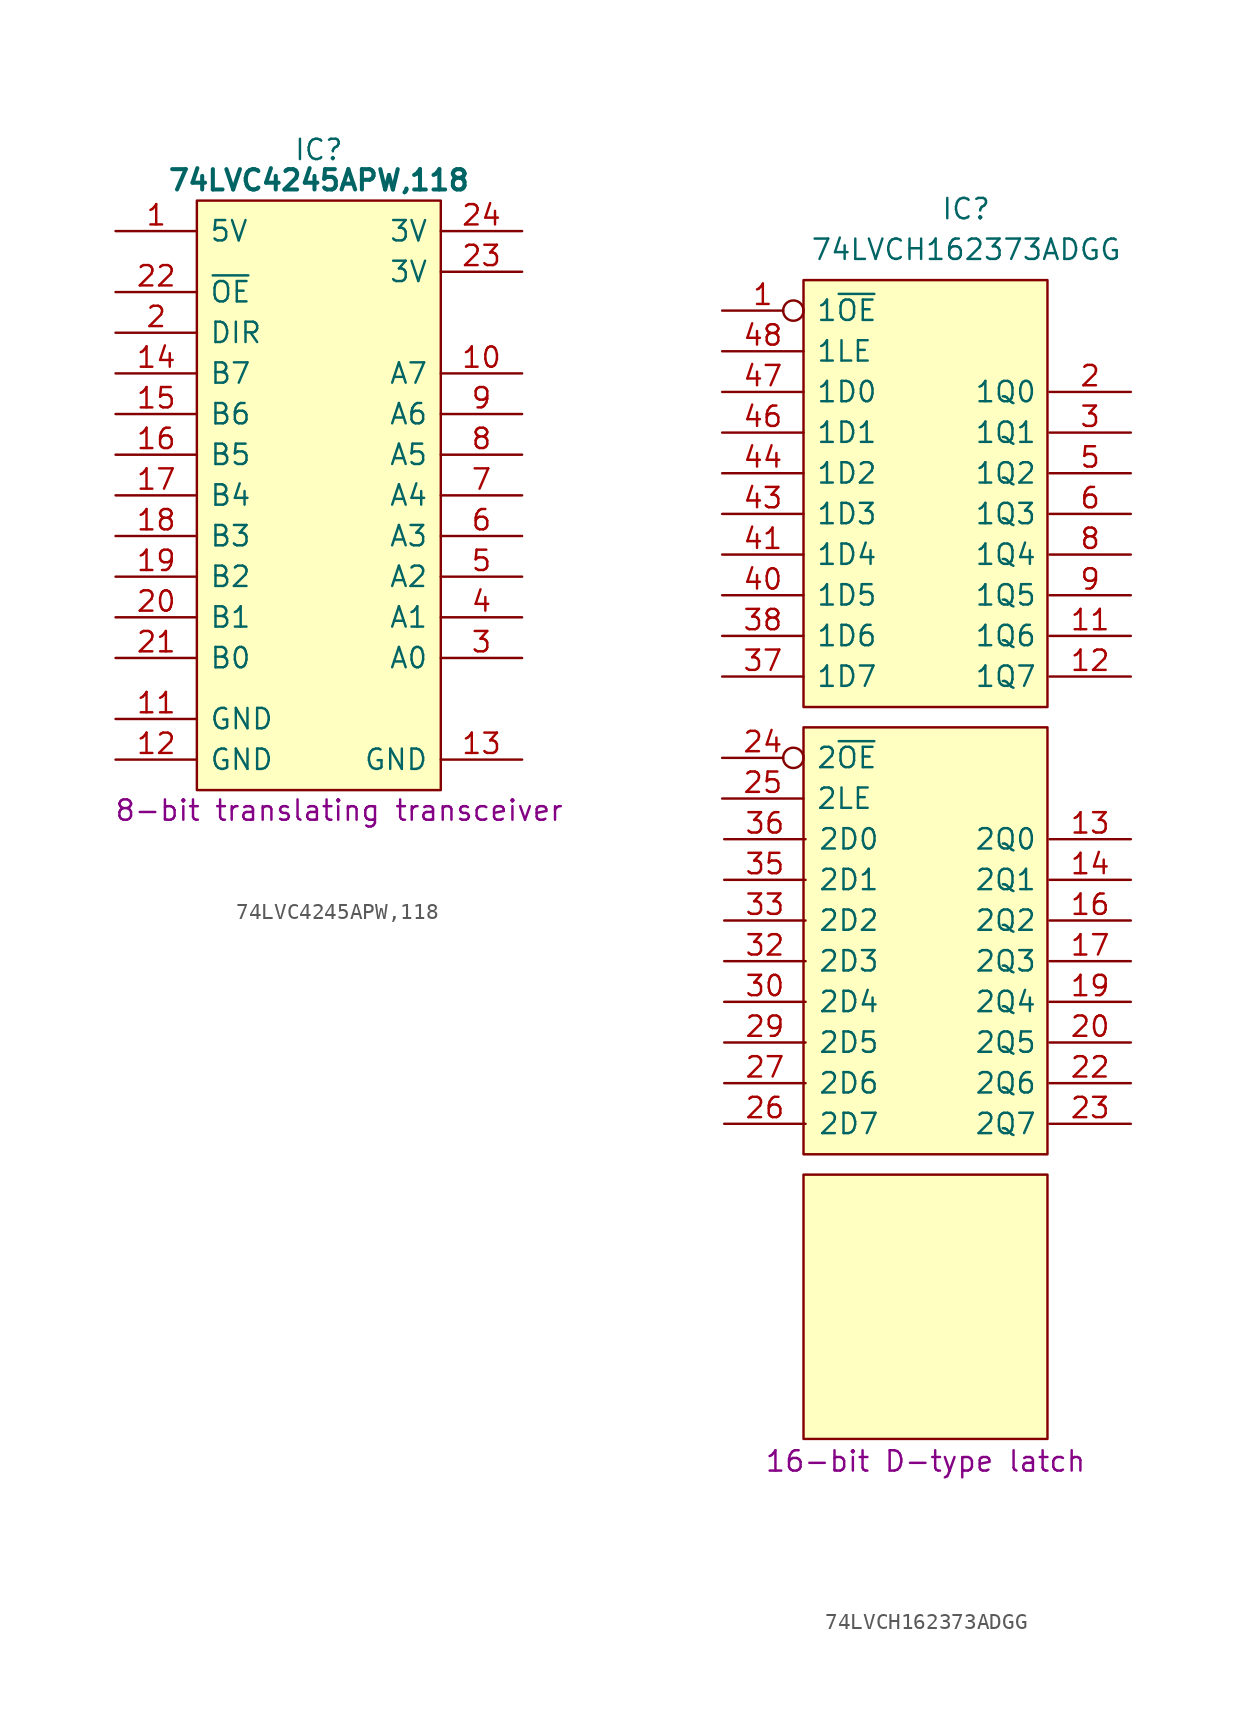
<source format=kicad_sym>
(kicad_symbol_lib
  (version 20231120)
  (generator "kicad_symbol_editor")
  (generator_version "8.0")
  (symbol "74LVC4245APW,118"
    (pin_names
      (offset 0.762))
    (property "Reference" "IC"
      (at 12.7 5.08 0)
      (effects (font (size 1.27 1.27))))
    (property "Value" "74LVC4245APW,118"
      (at 12.7 3.175 0)
      (effects (font (size 1.27 1.27) (bold yes))))
    (property "Description" "8-bit translating transceiver"
      (at 13.97 -36.195 0)
      (effects (font (size 1.27 1.27))))
    (symbol "74LVC4245APW,118_0_0"
      (pin passive line (at 0 0 0) (length 5.08) (name "5V" (effects (font (size 1.27 1.27)))) (number "1" (effects (font (size 1.27 1.27)))))
      (pin bidirectional line (at 25.4 -8.89 180) (length 5.08) (name "A7" (effects (font (size 1.27 1.27)))) (number "10" (effects (font (size 1.27 1.27)))))
      (pin passive line (at 0 -30.48 0) (length 5.08) (name "GND" (effects (font (size 1.27 1.27)))) (number "11" (effects (font (size 1.27 1.27)))))
      (pin passive line (at 0 -33.02 0) (length 5.08) (name "GND" (effects (font (size 1.27 1.27)))) (number "12" (effects (font (size 1.27 1.27)))))
      (pin passive line (at 25.4 -33.02 180) (length 5.08) (name "GND" (effects (font (size 1.27 1.27)))) (number "13" (effects (font (size 1.27 1.27)))))
      (pin bidirectional line (at 0 -8.89 0) (length 5.08) (name "B7" (effects (font (size 1.27 1.27)))) (number "14" (effects (font (size 1.27 1.27)))))
      (pin bidirectional line (at 0 -11.43 0) (length 5.08) (name "B6" (effects (font (size 1.27 1.27)))) (number "15" (effects (font (size 1.27 1.27)))))
      (pin bidirectional line (at 0 -13.97 0) (length 5.08) (name "B5" (effects (font (size 1.27 1.27)))) (number "16" (effects (font (size 1.27 1.27)))))
      (pin bidirectional line (at 0 -16.51 0) (length 5.08) (name "B4" (effects (font (size 1.27 1.27)))) (number "17" (effects (font (size 1.27 1.27)))))
      (pin bidirectional line (at 0 -19.05 0) (length 5.08) (name "B3" (effects (font (size 1.27 1.27)))) (number "18" (effects (font (size 1.27 1.27)))))
      (pin bidirectional line (at 0 -21.59 0) (length 5.08) (name "B2" (effects (font (size 1.27 1.27)))) (number "19" (effects (font (size 1.27 1.27)))))
      (pin input line (at 0 -6.35 0) (length 5.08) (name "DIR" (effects (font (size 1.27 1.27)))) (number "2" (effects (font (size 1.27 1.27)))))
      (pin bidirectional line (at 0 -24.13 0) (length 5.08) (name "B1" (effects (font (size 1.27 1.27)))) (number "20" (effects (font (size 1.27 1.27)))))
      (pin bidirectional line (at 0 -26.67 0) (length 5.08) (name "B0" (effects (font (size 1.27 1.27)))) (number "21" (effects (font (size 1.27 1.27)))))
      (pin input line (at 0 -3.81 0) (length 5.08) (name "~{OE}" (effects (font (size 1.27 1.27)))) (number "22" (effects (font (size 1.27 1.27)))))
      (pin passive line (at 25.4 -2.54 180) (length 5.08) (name "3V" (effects (font (size 1.27 1.27)))) (number "23" (effects (font (size 1.27 1.27)))))
      (pin passive line (at 25.4 0 180) (length 5.08) (name "3V" (effects (font (size 1.27 1.27)))) (number "24" (effects (font (size 1.27 1.27)))))
      (pin bidirectional line (at 25.4 -26.67 180) (length 5.08) (name "A0" (effects (font (size 1.27 1.27)))) (number "3" (effects (font (size 1.27 1.27)))))
      (pin bidirectional line (at 25.4 -24.13 180) (length 5.08) (name "A1" (effects (font (size 1.27 1.27)))) (number "4" (effects (font (size 1.27 1.27)))))
      (pin bidirectional line (at 25.4 -21.59 180) (length 5.08) (name "A2" (effects (font (size 1.27 1.27)))) (number "5" (effects (font (size 1.27 1.27)))))
      (pin bidirectional line (at 25.4 -19.05 180) (length 5.08) (name "A3" (effects (font (size 1.27 1.27)))) (number "6" (effects (font (size 1.27 1.27)))))
      (pin bidirectional line (at 25.4 -16.51 180) (length 5.08) (name "A4" (effects (font (size 1.27 1.27)))) (number "7" (effects (font (size 1.27 1.27)))))
      (pin bidirectional line (at 25.4 -13.97 180) (length 5.08) (name "A5" (effects (font (size 1.27 1.27)))) (number "8" (effects (font (size 1.27 1.27)))))
      (pin bidirectional line (at 25.4 -11.43 180) (length 5.08) (name "A6" (effects (font (size 1.27 1.27)))) (number "9" (effects (font (size 1.27 1.27))))))
    (symbol "74LVC4245APW,118_0_1"
      (polyline (pts (xy 5.08 1.905) (xy 20.32 1.905) (xy 20.32 -34.925) (xy 5.08 -34.925) (xy 5.08 1.905)) (stroke (width 0.152) (type default)) (fill (type background)))))
  (symbol "74LVCH162373ADGG"
    (pin_names
      (offset 0.762))
    (property "Reference" "IC"
      (at 15.24 6.35 0)
      (effects (font (size 1.27 1.27))))
    (property "Value" "74LVCH162373ADGG"
      (at 15.24 3.81 0)
      (effects (font (size 1.27 1.27))))
    (property "Description" "16-bit D-type latch"
      (at 12.7 -71.882 0)
      (effects (font (size 1.27 1.27))))
    (symbol "74LVCH162373ADGG_0_0"
      (pin input inverted (at 0 0 0) (length 5.08) (name "1~{OE}" (effects (font (size 1.27 1.27)))) (number "1" (effects (font (size 1.27 1.27)))))
      (pin output line (at 25.527 -20.32 180) (length 5.08) (name "1Q6" (effects (font (size 1.27 1.27)))) (number "11" (effects (font (size 1.27 1.27)))))
      (pin output line (at 25.527 -22.86 180) (length 5.08) (name "1Q7" (effects (font (size 1.27 1.27)))) (number "12" (effects (font (size 1.27 1.27)))))
      (pin output line (at 25.527 -33.02 180) (length 5.08) (name "2Q0" (effects (font (size 1.27 1.27)))) (number "13" (effects (font (size 1.27 1.27)))))
      (pin output line (at 25.527 -35.56 180) (length 5.08) (name "2Q1" (effects (font (size 1.27 1.27)))) (number "14" (effects (font (size 1.27 1.27)))))
      (pin output line (at 25.527 -38.1 180) (length 5.08) (name "2Q2" (effects (font (size 1.27 1.27)))) (number "16" (effects (font (size 1.27 1.27)))))
      (pin output line (at 25.527 -40.64 180) (length 5.08) (name "2Q3" (effects (font (size 1.27 1.27)))) (number "17" (effects (font (size 1.27 1.27)))))
      (pin output line (at 25.527 -43.18 180) (length 5.08) (name "2Q4" (effects (font (size 1.27 1.27)))) (number "19" (effects (font (size 1.27 1.27)))))
      (pin output line (at 25.527 -5.08 180) (length 5.08) (name "1Q0" (effects (font (size 1.27 1.27)))) (number "2" (effects (font (size 1.27 1.27)))))
      (pin output line (at 25.527 -45.72 180) (length 5.08) (name "2Q5" (effects (font (size 1.27 1.27)))) (number "20" (effects (font (size 1.27 1.27)))))
      (pin output line (at 25.527 -48.26 180) (length 5.08) (name "2Q6" (effects (font (size 1.27 1.27)))) (number "22" (effects (font (size 1.27 1.27)))))
      (pin output line (at 25.527 -50.8 180) (length 5.08) (name "2Q7" (effects (font (size 1.27 1.27)))) (number "23" (effects (font (size 1.27 1.27)))))
      (pin input inverted (at 0 -27.94 0) (length 5.08) (name "2~{OE}" (effects (font (size 1.27 1.27)))) (number "24" (effects (font (size 1.27 1.27)))))
      (pin input line (at 0 -30.48 0) (length 5.08) (name "2LE" (effects (font (size 1.27 1.27)))) (number "25" (effects (font (size 1.27 1.27)))))
      (pin input line (at 0.127 -50.8 0) (length 5.08) (name "2D7" (effects (font (size 1.27 1.27)))) (number "26" (effects (font (size 1.27 1.27)))))
      (pin input line (at 0.127 -48.26 0) (length 5.08) (name "2D6" (effects (font (size 1.27 1.27)))) (number "27" (effects (font (size 1.27 1.27)))))
      (pin input line (at 0.127 -45.72 0) (length 5.08) (name "2D5" (effects (font (size 1.27 1.27)))) (number "29" (effects (font (size 1.27 1.27)))))
      (pin output line (at 25.527 -7.62 180) (length 5.08) (name "1Q1" (effects (font (size 1.27 1.27)))) (number "3" (effects (font (size 1.27 1.27)))))
      (pin input line (at 0.127 -43.18 0) (length 5.08) (name "2D4" (effects (font (size 1.27 1.27)))) (number "30" (effects (font (size 1.27 1.27)))))
      (pin input line (at 0.127 -40.64 0) (length 5.08) (name "2D3" (effects (font (size 1.27 1.27)))) (number "32" (effects (font (size 1.27 1.27)))))
      (pin input line (at 0.127 -38.1 0) (length 5.08) (name "2D2" (effects (font (size 1.27 1.27)))) (number "33" (effects (font (size 1.27 1.27)))))
      (pin input line (at 0.127 -35.56 0) (length 5.08) (name "2D1" (effects (font (size 1.27 1.27)))) (number "35" (effects (font (size 1.27 1.27)))))
      (pin input line (at 0.127 -33.02 0) (length 5.08) (name "2D0" (effects (font (size 1.27 1.27)))) (number "36" (effects (font (size 1.27 1.27)))))
      (pin input line (at 0 -22.86 0) (length 5.08) (name "1D7" (effects (font (size 1.27 1.27)))) (number "37" (effects (font (size 1.27 1.27)))))
      (pin input line (at 0 -17.78 0) (length 5.08) (name "1D5" (effects (font (size 1.27 1.27)))) (number "40" (effects (font (size 1.27 1.27)))))
      (pin input line (at 0 -15.24 0) (length 5.08) (name "1D4" (effects (font (size 1.27 1.27)))) (number "41" (effects (font (size 1.27 1.27)))))
      (pin input line (at 0 -12.7 0) (length 5.08) (name "1D3" (effects (font (size 1.27 1.27)))) (number "43" (effects (font (size 1.27 1.27)))))
      (pin input line (at 0 -10.16 0) (length 5.08) (name "1D2" (effects (font (size 1.27 1.27)))) (number "44" (effects (font (size 1.27 1.27)))))
      (pin input line (at 0 -7.62 0) (length 5.08) (name "1D1" (effects (font (size 1.27 1.27)))) (number "46" (effects (font (size 1.27 1.27)))))
      (pin input line (at 0 -5.08 0) (length 5.08) (name "1D0" (effects (font (size 1.27 1.27)))) (number "47" (effects (font (size 1.27 1.27)))))
      (pin input line (at 0 -2.54 0) (length 5.08) (name "1LE" (effects (font (size 1.27 1.27)))) (number "48" (effects (font (size 1.27 1.27)))))
      (pin output line (at 25.527 -10.16 180) (length 5.08) (name "1Q2" (effects (font (size 1.27 1.27)))) (number "5" (effects (font (size 1.27 1.27)))))
      (pin output line (at 25.527 -12.7 180) (length 5.08) (name "1Q3" (effects (font (size 1.27 1.27)))) (number "6" (effects (font (size 1.27 1.27)))))
      (pin output line (at 25.527 -15.24 180) (length 5.08) (name "1Q4" (effects (font (size 1.27 1.27)))) (number "8" (effects (font (size 1.27 1.27)))))
      (pin output line (at 25.527 -17.78 180) (length 5.08) (name "1Q5" (effects (font (size 1.27 1.27)))) (number "9" (effects (font (size 1.27 1.27))))))
    (symbol "74LVCH162373ADGG_0_1"
      (polyline (pts (xy 5.08 -53.975) (xy 20.32 -53.975) (xy 20.32 -70.485) (xy 5.08 -70.485) (xy 5.08 -53.975)) (stroke (width 0.152) (type default)) (fill (type background)))
      (polyline (pts (xy 5.08 -26.035) (xy 20.32 -26.035) (xy 20.32 -52.705) (xy 5.08 -52.705) (xy 5.08 -26.035)) (stroke (width 0.152) (type default)) (fill (type background)))
      (polyline (pts (xy 5.08 1.905) (xy 20.32 1.905) (xy 20.32 -24.765) (xy 5.08 -24.765) (xy 5.08 1.905)) (stroke (width 0.152) (type default)) (fill (type background))))
    (symbol "74LVCH162373ADGG_1_0"
      (pin passive line (at 0 -63.5 0) (length 5.08) hide (name "GND" (effects (font (size 1.27 1.27)))) (number "10" (effects (font (size 1.27 1.27)))))
      (pin passive line (at 0 -66.04 0) (length 5.08) hide (name "GND" (effects (font (size 1.27 1.27)))) (number "15" (effects (font (size 1.27 1.27)))))
      (pin passive line (at 0 -58.42 0) (length 5.08) hide (name "3V" (effects (font (size 1.27 1.27)))) (number "18" (effects (font (size 1.27 1.27)))))
      (pin passive line (at 0 -68.58 0) (length 5.08) hide (name "GND" (effects (font (size 1.27 1.27)))) (number "21" (effects (font (size 1.27 1.27)))))
      (pin passive line (at 25.4 -68.58 180) (length 5.08) hide (name "GND" (effects (font (size 1.27 1.27)))) (number "28" (effects (font (size 1.27 1.27)))))
      (pin passive line (at 25.4 -58.42 180) (length 5.08) hide (name "3V" (effects (font (size 1.27 1.27)))) (number "31" (effects (font (size 1.27 1.27)))))
      (pin passive line (at 25.4 -66.04 180) (length 5.08) hide (name "GND" (effects (font (size 1.27 1.27)))) (number "34" (effects (font (size 1.27 1.27)))))
      (pin input line (at 0 -20.32 0) (length 5.08) (name "1D6" (effects (font (size 1.27 1.27)))) (number "38" (effects (font (size 1.27 1.27)))))
      (pin passive line (at 25.4 -63.5 180) (length 5.08) hide (name "GND" (effects (font (size 1.27 1.27)))) (number "39" (effects (font (size 1.27 1.27)))))
      (pin passive line (at 0 -60.96 0) (length 5.08) hide (name "GND" (effects (font (size 1.27 1.27)))) (number "4" (effects (font (size 1.27 1.27)))))
      (pin passive line (at 25.4 -55.88 180) (length 5.08) hide (name "3V" (effects (font (size 1.27 1.27)))) (number "42" (effects (font (size 1.27 1.27)))))
      (pin passive line (at 25.4 -60.96 180) (length 5.08) hide (name "GND" (effects (font (size 1.27 1.27)))) (number "45" (effects (font (size 1.27 1.27)))))
      (pin passive line (at 0 -55.88 0) (length 5.08) hide (name "3V" (effects (font (size 1.27 1.27)))) (number "7" (effects (font (size 1.27 1.27))))))))
</source>
